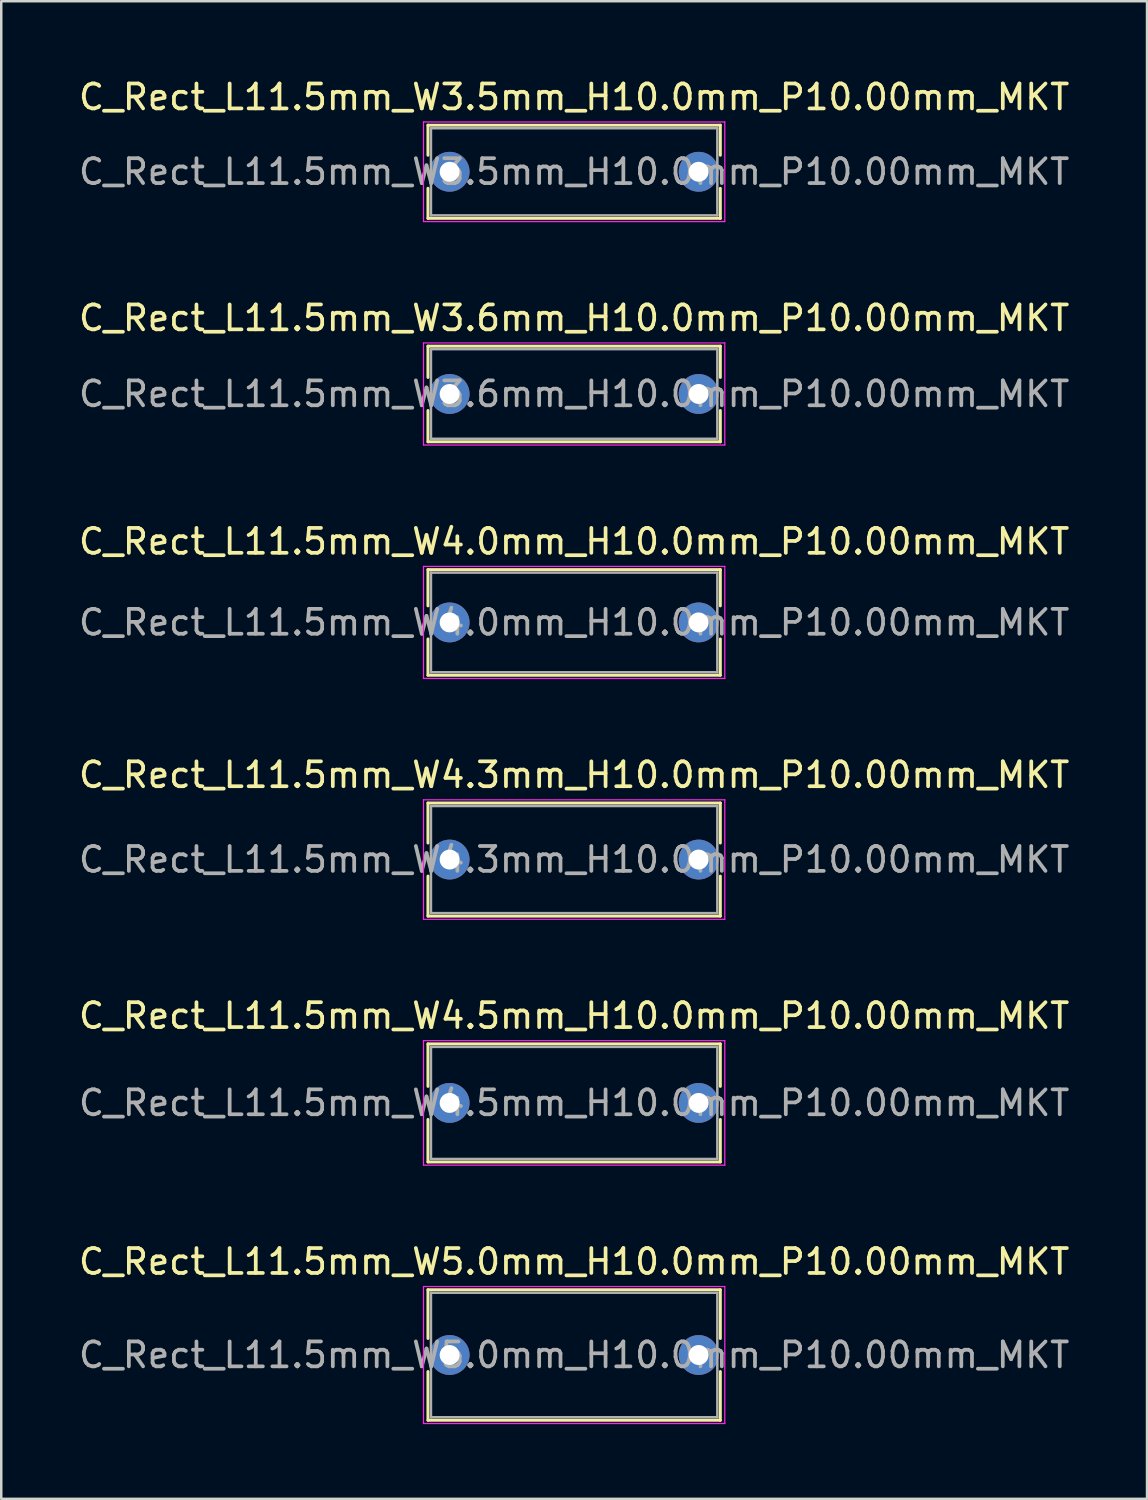
<source format=kicad_pcb>
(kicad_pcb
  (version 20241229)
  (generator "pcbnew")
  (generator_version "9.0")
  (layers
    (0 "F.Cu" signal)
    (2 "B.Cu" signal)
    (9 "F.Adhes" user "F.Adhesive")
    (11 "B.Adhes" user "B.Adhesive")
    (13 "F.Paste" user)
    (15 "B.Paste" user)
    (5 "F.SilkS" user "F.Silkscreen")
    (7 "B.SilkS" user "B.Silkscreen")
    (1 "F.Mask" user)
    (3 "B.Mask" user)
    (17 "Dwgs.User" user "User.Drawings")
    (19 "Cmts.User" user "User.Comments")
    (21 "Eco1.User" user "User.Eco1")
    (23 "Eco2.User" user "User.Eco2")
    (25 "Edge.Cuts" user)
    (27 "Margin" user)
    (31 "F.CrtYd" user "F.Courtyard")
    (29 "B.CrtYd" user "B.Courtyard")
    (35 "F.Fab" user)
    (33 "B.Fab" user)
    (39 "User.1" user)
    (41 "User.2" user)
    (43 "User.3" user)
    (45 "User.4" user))
  (footprint "C_Rect_L11.5mm_W4.3mm_H10.0mm_P10.00mm_MKT"
    (layer "F.Cu")
    (at 15.006 31.468)
    (property "Reference" "C_Rect_L11.5mm_W4.3mm_H10.0mm_P10.00mm_MKT" (at 5 -3.4 0) (layer "F.SilkS") (effects (font (size 1 1) (thickness 0.15))))
    (attr through_hole)
    (fp_line (start -0.87 -2.27) (end -0.87 -0.665) (stroke (width 0.12) (type solid)) (layer "F.SilkS"))
    (fp_line (start -0.87 -2.27) (end 10.87 -2.27) (stroke (width 0.12) (type solid)) (layer "F.SilkS"))
    (fp_line (start -0.87 0.665) (end -0.87 2.27) (stroke (width 0.12) (type solid)) (layer "F.SilkS"))
    (fp_line (start -0.87 2.27) (end 10.87 2.27) (stroke (width 0.12) (type solid)) (layer "F.SilkS"))
    (fp_line (start 10.87 -2.27) (end 10.87 -0.665) (stroke (width 0.12) (type solid)) (layer "F.SilkS"))
    (fp_line (start 10.87 0.665) (end 10.87 2.27) (stroke (width 0.12) (type solid)) (layer "F.SilkS"))
    (fp_line (start -1.05 -2.4) (end -1.05 2.4) (stroke (width 0.05) (type solid)) (layer "F.CrtYd"))
    (fp_line (start -1.05 2.4) (end 11.05 2.4) (stroke (width 0.05) (type solid)) (layer "F.CrtYd"))
    (fp_line (start 11.05 -2.4) (end -1.05 -2.4) (stroke (width 0.05) (type solid)) (layer "F.CrtYd"))
    (fp_line (start 11.05 2.4) (end 11.05 -2.4) (stroke (width 0.05) (type solid)) (layer "F.CrtYd"))
    (fp_line (start -0.75 -2.15) (end -0.75 2.15) (stroke (width 0.1) (type solid)) (layer "F.Fab"))
    (fp_line (start -0.75 2.15) (end 10.75 2.15) (stroke (width 0.1) (type solid)) (layer "F.Fab"))
    (fp_line (start 10.75 -2.15) (end -0.75 -2.15) (stroke (width 0.1) (type solid)) (layer "F.Fab"))
    (fp_line (start 10.75 2.15) (end 10.75 -2.15) (stroke (width 0.1) (type solid)) (layer "F.Fab"))
    (fp_text user "${REFERENCE}" (at 5 0 0) (layer "F.Fab") (effects (font (size 1 1) (thickness 0.15))))
    (pad "1" thru_hole circle (at 0 0) (size 1.6 1.6) (drill 0.8) (layers "*.Cu" "*.Mask"))
    (pad "2" thru_hole circle (at 10 0) (size 1.6 1.6) (drill 0.8) (layers "*.Cu" "*.Mask")))
  (footprint "C_Rect_L11.5mm_W4.0mm_H10.0mm_P10.00mm_MKT"
    (layer "F.Cu")
    (at 15.006 21.945)
    (property "Reference" "C_Rect_L11.5mm_W4.0mm_H10.0mm_P10.00mm_MKT" (at 5 -3.25 0) (layer "F.SilkS") (effects (font (size 1 1) (thickness 0.15))))
    (attr through_hole)
    (fp_line (start -0.87 -2.12) (end -0.87 -0.665) (stroke (width 0.12) (type solid)) (layer "F.SilkS"))
    (fp_line (start -0.87 -2.12) (end 10.87 -2.12) (stroke (width 0.12) (type solid)) (layer "F.SilkS"))
    (fp_line (start -0.87 0.665) (end -0.87 2.12) (stroke (width 0.12) (type solid)) (layer "F.SilkS"))
    (fp_line (start -0.87 2.12) (end 10.87 2.12) (stroke (width 0.12) (type solid)) (layer "F.SilkS"))
    (fp_line (start 10.87 -2.12) (end 10.87 -0.665) (stroke (width 0.12) (type solid)) (layer "F.SilkS"))
    (fp_line (start 10.87 0.665) (end 10.87 2.12) (stroke (width 0.12) (type solid)) (layer "F.SilkS"))
    (fp_line (start -1.05 -2.25) (end -1.05 2.25) (stroke (width 0.05) (type solid)) (layer "F.CrtYd"))
    (fp_line (start -1.05 2.25) (end 11.05 2.25) (stroke (width 0.05) (type solid)) (layer "F.CrtYd"))
    (fp_line (start 11.05 -2.25) (end -1.05 -2.25) (stroke (width 0.05) (type solid)) (layer "F.CrtYd"))
    (fp_line (start 11.05 2.25) (end 11.05 -2.25) (stroke (width 0.05) (type solid)) (layer "F.CrtYd"))
    (fp_line (start -0.75 -2) (end -0.75 2) (stroke (width 0.1) (type solid)) (layer "F.Fab"))
    (fp_line (start -0.75 2) (end 10.75 2) (stroke (width 0.1) (type solid)) (layer "F.Fab"))
    (fp_line (start 10.75 -2) (end -0.75 -2) (stroke (width 0.1) (type solid)) (layer "F.Fab"))
    (fp_line (start 10.75 2) (end 10.75 -2) (stroke (width 0.1) (type solid)) (layer "F.Fab"))
    (fp_text user "${REFERENCE}" (at 5 0 0) (layer "F.Fab") (effects (font (size 1 1) (thickness 0.15))))
    (pad "1" thru_hole circle (at 0 0) (size 1.6 1.6) (drill 0.8) (layers "*.Cu" "*.Mask"))
    (pad "2" thru_hole circle (at 10 0) (size 1.6 1.6) (drill 0.8) (layers "*.Cu" "*.Mask")))
  (footprint "C_Rect_L11.5mm_W4.5mm_H10.0mm_P10.00mm_MKT"
    (layer "F.Cu")
    (at 15.006 41.241)
    (property "Reference" "C_Rect_L11.5mm_W4.5mm_H10.0mm_P10.00mm_MKT" (at 5 -3.5 0) (layer "F.SilkS") (effects (font (size 1 1) (thickness 0.15))))
    (attr through_hole)
    (fp_line (start -0.87 -2.37) (end -0.87 -0.665) (stroke (width 0.12) (type solid)) (layer "F.SilkS"))
    (fp_line (start -0.87 -2.37) (end 10.87 -2.37) (stroke (width 0.12) (type solid)) (layer "F.SilkS"))
    (fp_line (start -0.87 0.665) (end -0.87 2.37) (stroke (width 0.12) (type solid)) (layer "F.SilkS"))
    (fp_line (start -0.87 2.37) (end 10.87 2.37) (stroke (width 0.12) (type solid)) (layer "F.SilkS"))
    (fp_line (start 10.87 -2.37) (end 10.87 -0.665) (stroke (width 0.12) (type solid)) (layer "F.SilkS"))
    (fp_line (start 10.87 0.665) (end 10.87 2.37) (stroke (width 0.12) (type solid)) (layer "F.SilkS"))
    (fp_line (start -1.05 -2.5) (end -1.05 2.5) (stroke (width 0.05) (type solid)) (layer "F.CrtYd"))
    (fp_line (start -1.05 2.5) (end 11.05 2.5) (stroke (width 0.05) (type solid)) (layer "F.CrtYd"))
    (fp_line (start 11.05 -2.5) (end -1.05 -2.5) (stroke (width 0.05) (type solid)) (layer "F.CrtYd"))
    (fp_line (start 11.05 2.5) (end 11.05 -2.5) (stroke (width 0.05) (type solid)) (layer "F.CrtYd"))
    (fp_line (start -0.75 -2.25) (end -0.75 2.25) (stroke (width 0.1) (type solid)) (layer "F.Fab"))
    (fp_line (start -0.75 2.25) (end 10.75 2.25) (stroke (width 0.1) (type solid)) (layer "F.Fab"))
    (fp_line (start 10.75 -2.25) (end -0.75 -2.25) (stroke (width 0.1) (type solid)) (layer "F.Fab"))
    (fp_line (start 10.75 2.25) (end 10.75 -2.25) (stroke (width 0.1) (type solid)) (layer "F.Fab"))
    (fp_text user "${REFERENCE}" (at 5 0 0) (layer "F.Fab") (effects (font (size 1 1) (thickness 0.15))))
    (pad "1" thru_hole circle (at 0 0) (size 1.6 1.6) (drill 0.8) (layers "*.Cu" "*.Mask"))
    (pad "2" thru_hole circle (at 10 0) (size 1.6 1.6) (drill 0.8) (layers "*.Cu" "*.Mask")))
  (footprint "C_Rect_L11.5mm_W3.6mm_H10.0mm_P10.00mm_MKT"
    (layer "F.Cu")
    (at 15.006 12.771)
    (property "Reference" "C_Rect_L11.5mm_W3.6mm_H10.0mm_P10.00mm_MKT" (at 5 -3.05 0) (layer "F.SilkS") (effects (font (size 1 1) (thickness 0.15))))
    (attr through_hole)
    (fp_line (start -0.87 -1.92) (end -0.87 -0.665) (stroke (width 0.12) (type solid)) (layer "F.SilkS"))
    (fp_line (start -0.87 -1.92) (end 10.87 -1.92) (stroke (width 0.12) (type solid)) (layer "F.SilkS"))
    (fp_line (start -0.87 0.665) (end -0.87 1.92) (stroke (width 0.12) (type solid)) (layer "F.SilkS"))
    (fp_line (start -0.87 1.92) (end 10.87 1.92) (stroke (width 0.12) (type solid)) (layer "F.SilkS"))
    (fp_line (start 10.87 -1.92) (end 10.87 -0.665) (stroke (width 0.12) (type solid)) (layer "F.SilkS"))
    (fp_line (start 10.87 0.665) (end 10.87 1.92) (stroke (width 0.12) (type solid)) (layer "F.SilkS"))
    (fp_line (start -1.05 -2.05) (end -1.05 2.05) (stroke (width 0.05) (type solid)) (layer "F.CrtYd"))
    (fp_line (start -1.05 2.05) (end 11.05 2.05) (stroke (width 0.05) (type solid)) (layer "F.CrtYd"))
    (fp_line (start 11.05 -2.05) (end -1.05 -2.05) (stroke (width 0.05) (type solid)) (layer "F.CrtYd"))
    (fp_line (start 11.05 2.05) (end 11.05 -2.05) (stroke (width 0.05) (type solid)) (layer "F.CrtYd"))
    (fp_line (start -0.75 -1.8) (end -0.75 1.8) (stroke (width 0.1) (type solid)) (layer "F.Fab"))
    (fp_line (start -0.75 1.8) (end 10.75 1.8) (stroke (width 0.1) (type solid)) (layer "F.Fab"))
    (fp_line (start 10.75 -1.8) (end -0.75 -1.8) (stroke (width 0.1) (type solid)) (layer "F.Fab"))
    (fp_line (start 10.75 1.8) (end 10.75 -1.8) (stroke (width 0.1) (type solid)) (layer "F.Fab"))
    (fp_text user "${REFERENCE}" (at 5 0 0) (layer "F.Fab") (effects (font (size 1 1) (thickness 0.15))))
    (pad "1" thru_hole circle (at 0 0) (size 1.6 1.6) (drill 0.8) (layers "*.Cu" "*.Mask"))
    (pad "2" thru_hole circle (at 10 0) (size 1.6 1.6) (drill 0.8) (layers "*.Cu" "*.Mask")))
  (footprint "C_Rect_L11.5mm_W5.0mm_H10.0mm_P10.00mm_MKT"
    (layer "F.Cu")
    (at 15.006 51.364)
    (property "Reference" "C_Rect_L11.5mm_W5.0mm_H10.0mm_P10.00mm_MKT" (at 5 -3.75 0) (layer "F.SilkS") (effects (font (size 1 1) (thickness 0.15))))
    (attr through_hole)
    (fp_line (start -0.87 -2.62) (end -0.87 -0.665) (stroke (width 0.12) (type solid)) (layer "F.SilkS"))
    (fp_line (start -0.87 -2.62) (end 10.87 -2.62) (stroke (width 0.12) (type solid)) (layer "F.SilkS"))
    (fp_line (start -0.87 0.665) (end -0.87 2.62) (stroke (width 0.12) (type solid)) (layer "F.SilkS"))
    (fp_line (start -0.87 2.62) (end 10.87 2.62) (stroke (width 0.12) (type solid)) (layer "F.SilkS"))
    (fp_line (start 10.87 -2.62) (end 10.87 -0.665) (stroke (width 0.12) (type solid)) (layer "F.SilkS"))
    (fp_line (start 10.87 0.665) (end 10.87 2.62) (stroke (width 0.12) (type solid)) (layer "F.SilkS"))
    (fp_line (start -1.05 -2.75) (end -1.05 2.75) (stroke (width 0.05) (type solid)) (layer "F.CrtYd"))
    (fp_line (start -1.05 2.75) (end 11.05 2.75) (stroke (width 0.05) (type solid)) (layer "F.CrtYd"))
    (fp_line (start 11.05 -2.75) (end -1.05 -2.75) (stroke (width 0.05) (type solid)) (layer "F.CrtYd"))
    (fp_line (start 11.05 2.75) (end 11.05 -2.75) (stroke (width 0.05) (type solid)) (layer "F.CrtYd"))
    (fp_line (start -0.75 -2.5) (end -0.75 2.5) (stroke (width 0.1) (type solid)) (layer "F.Fab"))
    (fp_line (start -0.75 2.5) (end 10.75 2.5) (stroke (width 0.1) (type solid)) (layer "F.Fab"))
    (fp_line (start 10.75 -2.5) (end -0.75 -2.5) (stroke (width 0.1) (type solid)) (layer "F.Fab"))
    (fp_line (start 10.75 2.5) (end 10.75 -2.5) (stroke (width 0.1) (type solid)) (layer "F.Fab"))
    (fp_text user "${REFERENCE}" (at 5 0 0) (layer "F.Fab") (effects (font (size 1 1) (thickness 0.15))))
    (pad "1" thru_hole circle (at 0 0) (size 1.6 1.6) (drill 0.8) (layers "*.Cu" "*.Mask"))
    (pad "2" thru_hole circle (at 10 0) (size 1.6 1.6) (drill 0.8) (layers "*.Cu" "*.Mask")))
  (footprint "C_Rect_L11.5mm_W3.5mm_H10.0mm_P10.00mm_MKT"
    (layer "F.Cu")
    (at 15.006 3.848)
    (property "Reference" "C_Rect_L11.5mm_W3.5mm_H10.0mm_P10.00mm_MKT" (at 5 -3 0) (layer "F.SilkS") (effects (font (size 1 1) (thickness 0.15))))
    (attr through_hole)
    (fp_line (start -0.87 -1.87) (end -0.87 -0.665) (stroke (width 0.12) (type solid)) (layer "F.SilkS"))
    (fp_line (start -0.87 -1.87) (end 10.87 -1.87) (stroke (width 0.12) (type solid)) (layer "F.SilkS"))
    (fp_line (start -0.87 0.665) (end -0.87 1.87) (stroke (width 0.12) (type solid)) (layer "F.SilkS"))
    (fp_line (start -0.87 1.87) (end 10.87 1.87) (stroke (width 0.12) (type solid)) (layer "F.SilkS"))
    (fp_line (start 10.87 -1.87) (end 10.87 -0.665) (stroke (width 0.12) (type solid)) (layer "F.SilkS"))
    (fp_line (start 10.87 0.665) (end 10.87 1.87) (stroke (width 0.12) (type solid)) (layer "F.SilkS"))
    (fp_line (start -1.05 -2) (end -1.05 2) (stroke (width 0.05) (type solid)) (layer "F.CrtYd"))
    (fp_line (start -1.05 2) (end 11.05 2) (stroke (width 0.05) (type solid)) (layer "F.CrtYd"))
    (fp_line (start 11.05 -2) (end -1.05 -2) (stroke (width 0.05) (type solid)) (layer "F.CrtYd"))
    (fp_line (start 11.05 2) (end 11.05 -2) (stroke (width 0.05) (type solid)) (layer "F.CrtYd"))
    (fp_line (start -0.75 -1.75) (end -0.75 1.75) (stroke (width 0.1) (type solid)) (layer "F.Fab"))
    (fp_line (start -0.75 1.75) (end 10.75 1.75) (stroke (width 0.1) (type solid)) (layer "F.Fab"))
    (fp_line (start 10.75 -1.75) (end -0.75 -1.75) (stroke (width 0.1) (type solid)) (layer "F.Fab"))
    (fp_line (start 10.75 1.75) (end 10.75 -1.75) (stroke (width 0.1) (type solid)) (layer "F.Fab"))
    (fp_text user "${REFERENCE}" (at 5 0 0) (layer "F.Fab") (effects (font (size 1 1) (thickness 0.15))))
    (pad "1" thru_hole circle (at 0 0) (size 1.6 1.6) (drill 0.8) (layers "*.Cu" "*.Mask"))
    (pad "2" thru_hole circle (at 10 0) (size 1.6 1.6) (drill 0.8) (layers "*.Cu" "*.Mask")))
  (gr_rect
    (start -3 -3)
    (end 43.012 57.139)
    (stroke (width 0.1) (type default))
    (fill no)
    (layer "Edge.Cuts")))
</source>
